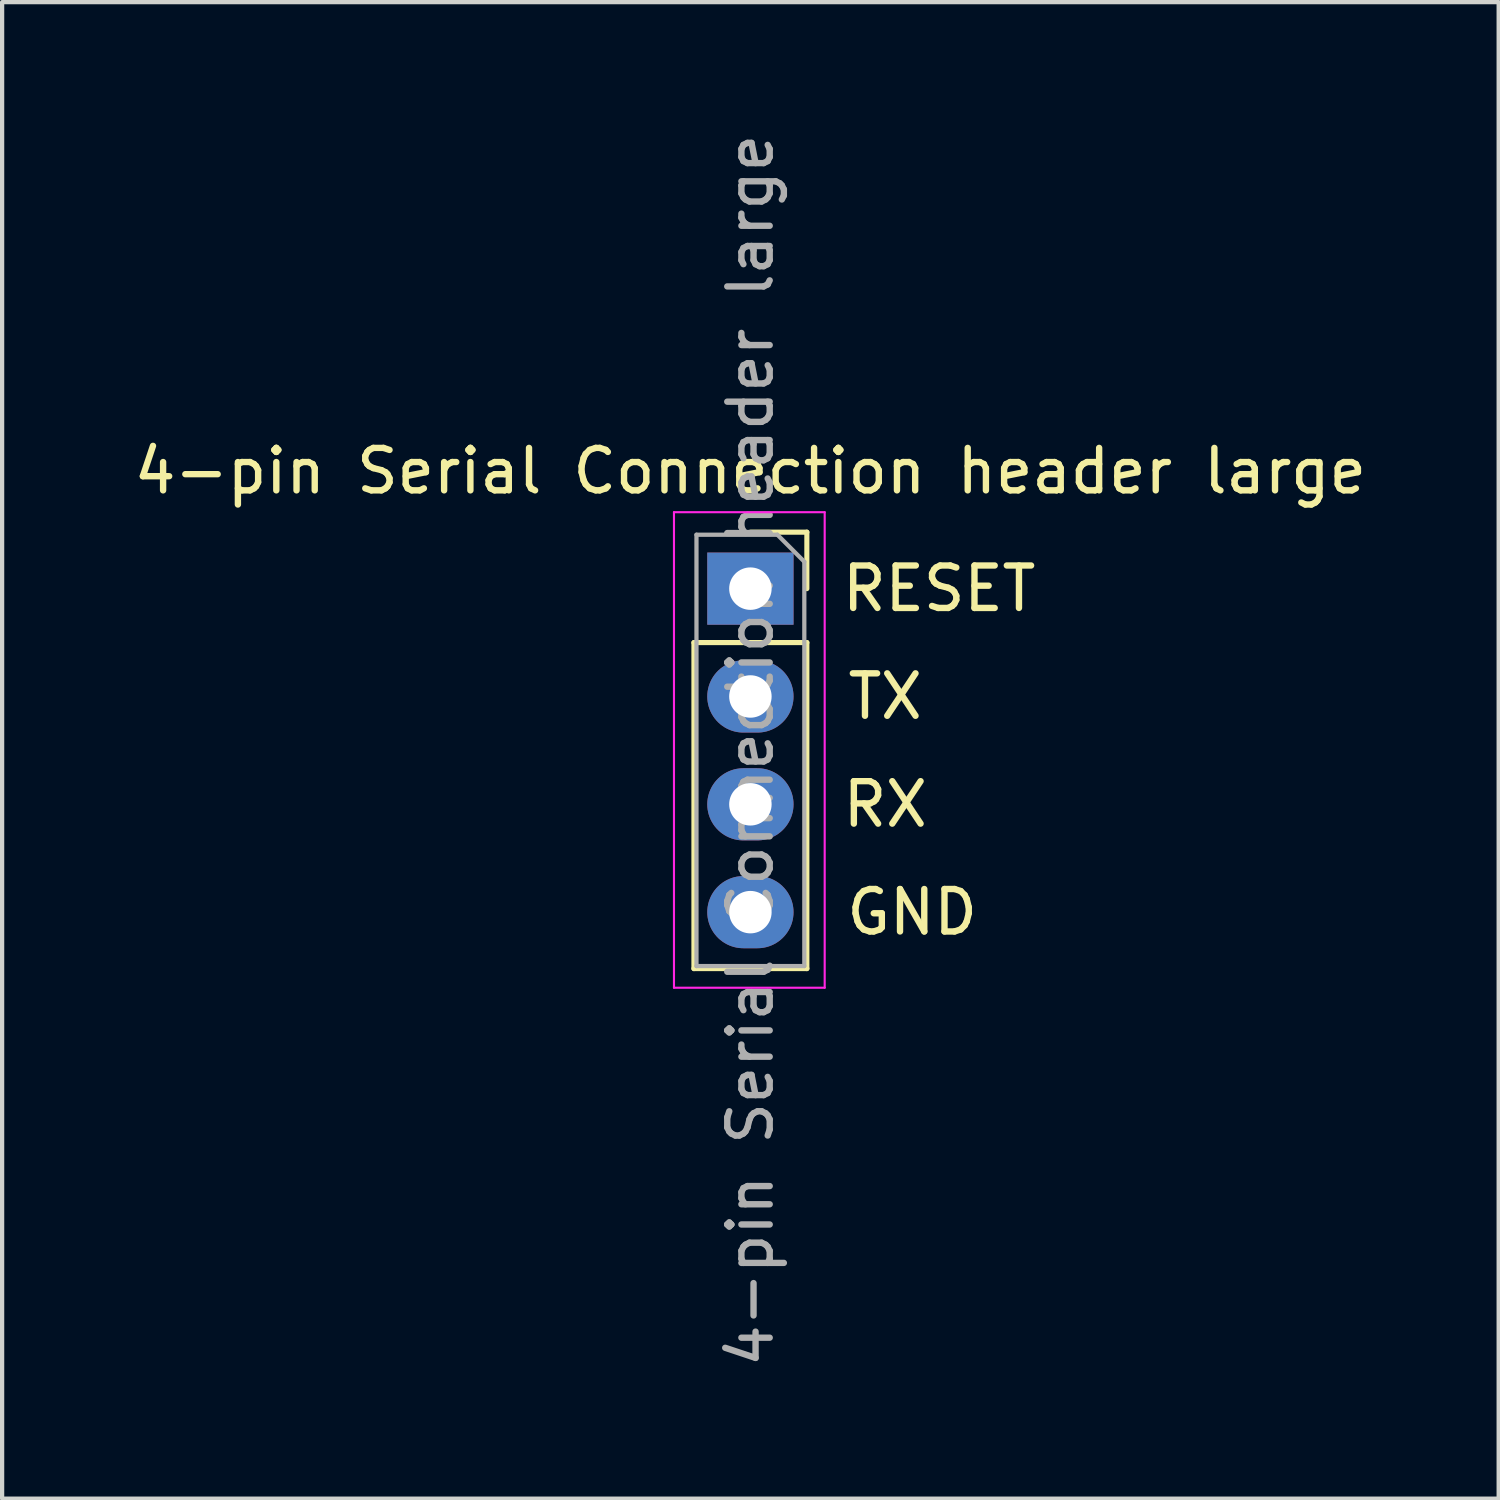
<source format=kicad_pcb>
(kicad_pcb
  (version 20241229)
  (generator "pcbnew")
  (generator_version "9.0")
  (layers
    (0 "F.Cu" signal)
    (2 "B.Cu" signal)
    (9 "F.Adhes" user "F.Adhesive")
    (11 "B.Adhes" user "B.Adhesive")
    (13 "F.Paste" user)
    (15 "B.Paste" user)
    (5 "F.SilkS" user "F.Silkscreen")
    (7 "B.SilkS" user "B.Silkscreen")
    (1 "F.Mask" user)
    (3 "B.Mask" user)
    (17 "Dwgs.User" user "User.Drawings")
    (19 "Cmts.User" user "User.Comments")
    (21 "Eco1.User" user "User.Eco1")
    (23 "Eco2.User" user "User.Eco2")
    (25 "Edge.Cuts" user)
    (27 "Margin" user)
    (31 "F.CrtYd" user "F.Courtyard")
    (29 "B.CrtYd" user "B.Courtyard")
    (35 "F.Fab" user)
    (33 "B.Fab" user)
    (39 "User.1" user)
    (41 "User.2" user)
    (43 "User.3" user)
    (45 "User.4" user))
  (footprint "4-pin Serial Connection header large"
    (layer "F.Cu")
    (at 14.625 10.815)
    (property "Reference" "4-pin Serial Connection header large" (at 0 -2.77 0) (layer "F.SilkS") (effects (font (size 1 1) (thickness 0.15))))
    (attr through_hole)
    (fp_line (start -1.33 1.27) (end -1.33 8.95) (stroke (width 0.12) (type solid)) (layer "F.SilkS"))
    (fp_line (start -1.33 1.27) (end 1.33 1.27) (stroke (width 0.12) (type solid)) (layer "F.SilkS"))
    (fp_line (start -1.33 8.95) (end 1.33 8.95) (stroke (width 0.12) (type solid)) (layer "F.SilkS"))
    (fp_line (start 0 -1.33) (end 1.33 -1.33) (stroke (width 0.12) (type solid)) (layer "F.SilkS"))
    (fp_line (start 1.33 -1.33) (end 1.33 0) (stroke (width 0.12) (type solid)) (layer "F.SilkS"))
    (fp_line (start 1.33 1.27) (end 1.33 8.95) (stroke (width 0.12) (type solid)) (layer "F.SilkS"))
    (fp_line (start -1.8 -1.8) (end 1.75 -1.8) (stroke (width 0.05) (type solid)) (layer "F.CrtYd"))
    (fp_line (start -1.8 9.4) (end -1.8 -1.8) (stroke (width 0.05) (type solid)) (layer "F.CrtYd"))
    (fp_line (start 1.75 -1.8) (end 1.75 9.4) (stroke (width 0.05) (type solid)) (layer "F.CrtYd"))
    (fp_line (start 1.75 9.4) (end -1.8 9.4) (stroke (width 0.05) (type solid)) (layer "F.CrtYd"))
    (fp_line (start -1.27 -1.27) (end 0.635 -1.27) (stroke (width 0.1) (type solid)) (layer "F.Fab"))
    (fp_line (start -1.27 8.89) (end -1.27 -1.27) (stroke (width 0.1) (type solid)) (layer "F.Fab"))
    (fp_line (start 0.635 -1.27) (end 1.27 -0.635) (stroke (width 0.1) (type solid)) (layer "F.Fab"))
    (fp_line (start 1.27 -0.635) (end 1.27 8.89) (stroke (width 0.1) (type solid)) (layer "F.Fab"))
    (fp_line (start 1.27 8.89) (end -1.27 8.89) (stroke (width 0.1) (type solid)) (layer "F.Fab"))
    (fp_text user "GND" (at 3.81 7.62 0) (unlocked yes) (layer "F.SilkS") (effects (font (size 1 1) (thickness 0.15))))
    (fp_text user "RESET" (at 4.445 0 0) (unlocked yes) (layer "F.SilkS") (effects (font (size 1 1) (thickness 0.15))))
    (fp_text user "TX" (at 3.175 2.54 0) (unlocked yes) (layer "F.SilkS") (effects (font (size 1 1) (thickness 0.15))))
    (fp_text user "RX" (at 3.175 5.08 0) (unlocked yes) (layer "F.SilkS") (effects (font (size 1 1) (thickness 0.15))))
    (fp_text user "${REFERENCE}" (at 0 3.81 90) (layer "F.Fab") (effects (font (size 1 1) (thickness 0.15))))
    (pad "1" thru_hole rect (at 0 0) (size 2.032 1.7) (drill 1) (layers "*.Cu" "*.Mask"))
    (pad "2" thru_hole oval (at 0 2.54) (size 2.032 1.7) (drill 1) (layers "*.Cu" "*.Mask"))
    (pad "3" thru_hole oval (at 0 5.08) (size 2.032 1.7) (drill 1) (layers "*.Cu" "*.Mask"))
    (pad "4" thru_hole oval (at 0 7.62) (size 2.032 1.7) (drill 1) (layers "*.Cu" "*.Mask")))
  (gr_rect
    (start -3 -3)
    (end 32.25 32.25)
    (stroke (width 0.1) (type default))
    (fill no)
    (layer "Edge.Cuts")))
</source>
